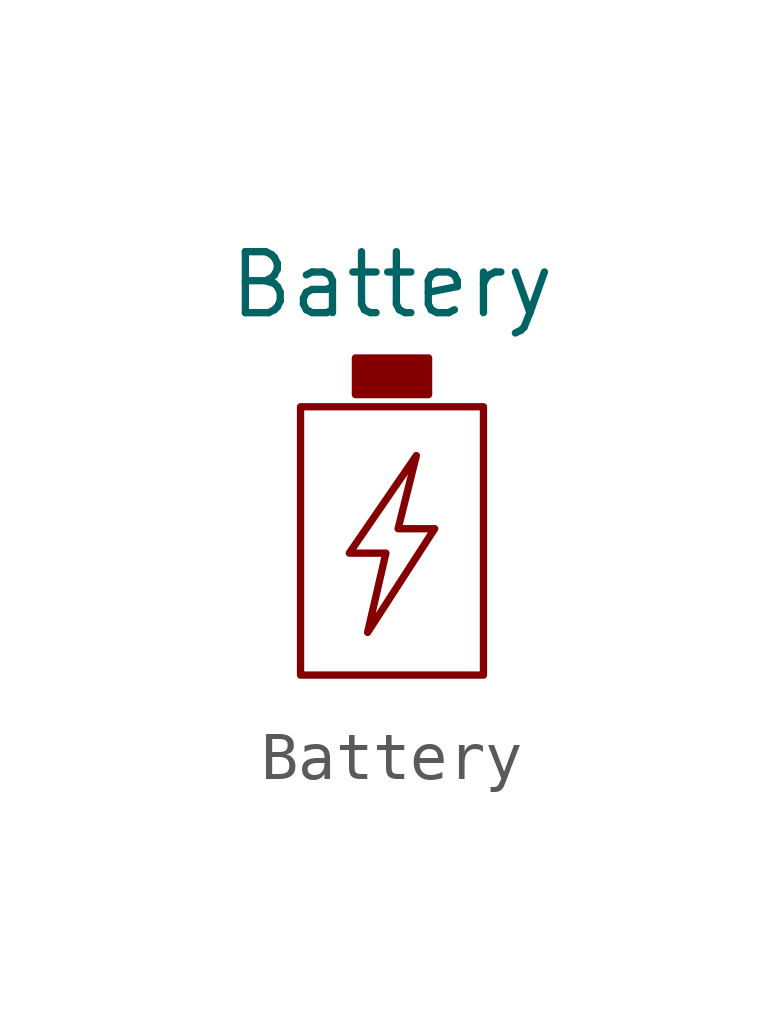
<source format=kicad_sym>
(kicad_symbol_lib
  (version 20211014)
  (generator kicad_symbol_editor)
  (symbol "Battery"
    (pin_names
      (offset 1.016))
    (property "Reference" "U"
      (at 0 7.366 0)
      (effects (font (size 1.27 1.27)) hide))
    (property "Value" "Battery"
      (at 0 5.334 0)
      (effects (font (size 1.27 1.27))))
    (symbol "Battery_0_1"
      (rectangle (start -0.762 3.048) (end 0.762 3.81) (stroke (width 0) (type default) (color 0 0 0 0)) (fill (type outline)))
      (polyline (pts (xy 0.508 1.778) (xy -0.889 -0.254) (xy -0.127 -0.254) (xy -0.508 -1.905) (xy 0.889 0.254) (xy 0.127 0.254) (xy 0.508 1.778)) (stroke (width 0) (type default) (color 0 0 0 0)) (fill (type none))))
    (symbol "Battery_1_1"
      (rectangle (start 1.905 2.794) (end -1.905 -2.794) (stroke (width 0) (type default) (color 0 0 0 0)) (fill (type none))))))
</source>
